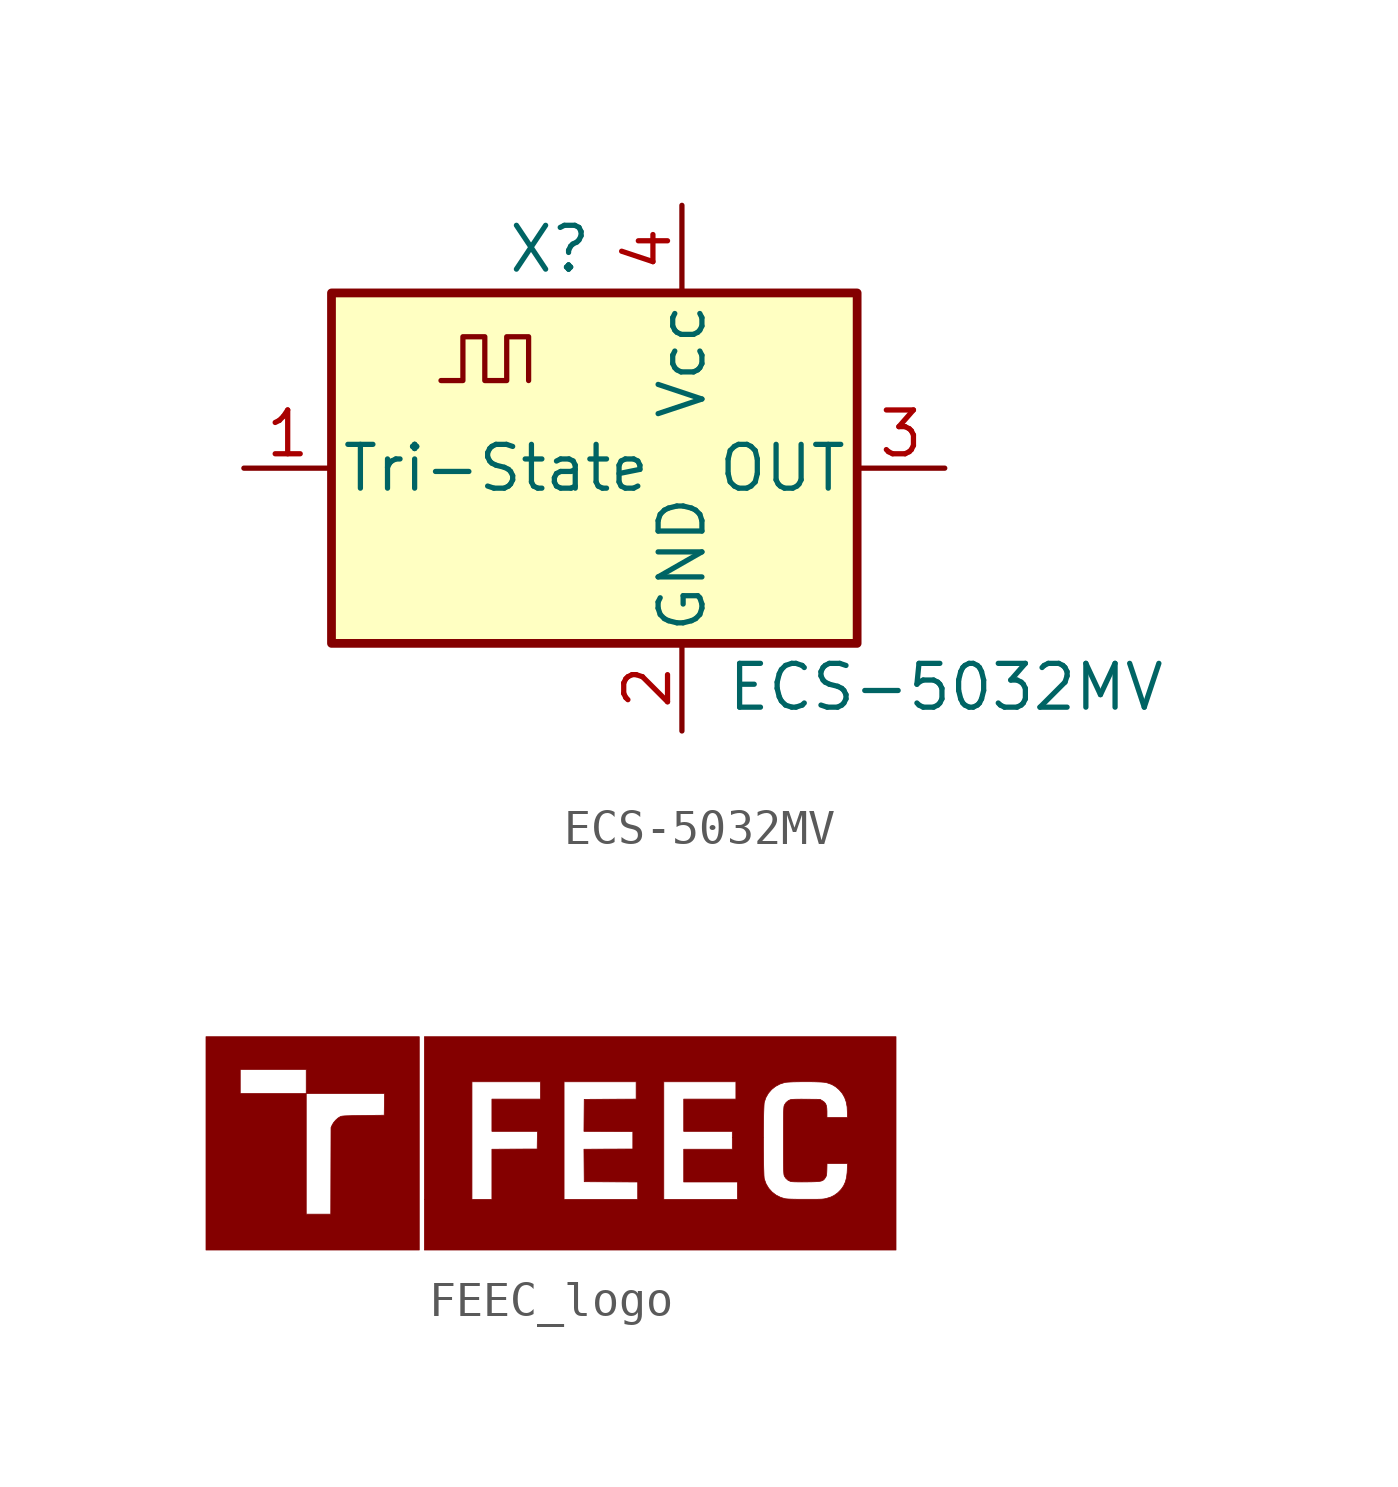
<source format=kicad_sym>
(kicad_symbol_lib
  (version 20220914)
  (generator kicad_symbol_editor)
  (symbol "ECS-5032MV"
    (pin_names
      (offset 0.254))
    (property "Reference" "X"
      (at -5.08 6.35 0)
      (effects (font (size 1.27 1.27)) (justify left)))
    (property "Value" "ECS-5032MV"
      (at 1.27 -6.35 0)
      (effects (font (size 1.27 1.27)) (justify left)))
    (symbol "ECS-5032MV_0_1"
      (rectangle (start -10.16 5.08) (end 5.08 -5.08) (stroke (width 0.254) (type default)) (fill (type background)))
      (polyline (pts (xy -6.985 2.54) (xy -6.35 2.54) (xy -6.35 3.81) (xy -5.715 3.81) (xy -5.715 2.54) (xy -5.08 2.54) (xy -5.08 3.81) (xy -4.445 3.81) (xy -4.445 2.54)) (stroke (width 0) (type default)) (fill (type none))))
    (symbol "ECS-5032MV_1_1"
      (pin input line (at -12.7 0 0) (length 2.54) (name "Tri-State" (effects (font (size 1.27 1.27)))) (number "1" (effects (font (size 1.27 1.27)))))
      (pin power_in line (at 0 -7.62 90) (length 2.54) (name "GND" (effects (font (size 1.27 1.27)))) (number "2" (effects (font (size 1.27 1.27)))))
      (pin output line (at 7.62 0 180) (length 2.54) (name "OUT" (effects (font (size 1.27 1.27)))) (number "3" (effects (font (size 1.27 1.27)))))
      (pin power_in line (at 0 7.62 270) (length 2.54) (name "Vcc" (effects (font (size 1.27 1.27)))) (number "4" (effects (font (size 1.27 1.27)))))))
  (symbol "FEEC_logo"
    (pin_names
      (offset 1.016))
    (property "Reference" "G"
      (at 0 2.449 0)
      (effects (font (size 1.27 1.27)) hide))
    (symbol "FEEC_logo_0_0"
      (polyline (pts (xy -3.811 -0.007) (xy -3.811 3.084) (xy -6.902 3.084) (xy -9.994 3.084) (xy -9.994 2.135) (xy -9.001 2.135) (xy -8.044 2.135) (xy -7.088 2.135) (xy -7.088 1.787) (xy -7.088 1.438) (xy -5.953 1.438) (xy -4.819 1.438) (xy -4.822 1.123) (xy -4.827 0.808) (xy -5.434 0.801) (xy -5.508 0.8) (xy -5.649 0.798) (xy -5.764 0.796) (xy -5.857 0.793) (xy -5.929 0.791) (xy -5.985 0.788) (xy -6.027 0.784) (xy -6.058 0.78) (xy -6.081 0.774) (xy -6.098 0.768) (xy -6.1 0.767) (xy -6.167 0.726) (xy -6.234 0.666) (xy -6.293 0.597) (xy -6.334 0.529) (xy -6.369 0.452) (xy -6.373 -0.804) (xy -6.377 -2.061) (xy -6.732 -2.061) (xy -7.088 -2.061) (xy -7.088 -0.311) (xy -7.088 1.438) (xy -8.044 1.438) (xy -9.001 1.438) (xy -9.001 1.787) (xy -9.001 2.135) (xy -9.994 2.135) (xy -9.994 -0.007) (xy -9.994 -3.099) (xy -6.902 -3.099) (xy -3.811 -3.099) (xy -3.811 -0.007)) (stroke (width 0.01) (type default)) (fill (type outline)))
      (polyline (pts (xy 10.009 -0.007) (xy 10.009 3.084) (xy 3.173 3.084) (xy -3.663 3.084) (xy -3.663 -0.007) (xy -3.663 -1.631) (xy -2.284 -1.631) (xy -2.284 0.074) (xy -2.284 1.779) (xy -1.29 1.779) (xy -0.297 1.779) (xy -0.297 1.527) (xy -0.297 1.275) (xy -1.001 1.275) (xy -1.705 1.275) (xy -1.705 0.808) (xy -1.705 0.341) (xy -1.045 0.341) (xy -0.385 0.341) (xy -0.389 0.085) (xy -0.393 -0.171) (xy -1.049 -0.174) (xy -1.705 -0.178) (xy -1.705 -0.905) (xy -1.705 -1.631) (xy 0.386 -1.631) (xy 0.386 0.074) (xy 0.386 1.779) (xy 1.431 1.779) (xy 2.476 1.779) (xy 2.476 1.527) (xy 2.476 1.275) (xy 1.724 1.272) (xy 0.971 1.268) (xy 0.967 0.804) (xy 0.963 0.341) (xy 1.672 0.337) (xy 2.38 0.334) (xy 2.38 0.082) (xy 2.38 -0.171) (xy 1.672 -0.174) (xy 0.963 -0.178) (xy 0.967 -0.649) (xy 0.971 -1.119) (xy 1.746 -1.123) (xy 2.521 -1.127) (xy 2.521 -1.379) (xy 2.521 -1.631) (xy 3.277 -1.631) (xy 3.277 0.074) (xy 3.277 1.779) (xy 4.322 1.779) (xy 5.368 1.779) (xy 5.368 1.527) (xy 5.368 1.275) (xy 4.611 1.275) (xy 3.855 1.275) (xy 3.855 0.808) (xy 3.855 0.341) (xy 4.559 0.341) (xy 5.264 0.341) (xy 5.264 0.162) (xy 6.166 0.162) (xy 6.166 0.323) (xy 6.168 0.48) (xy 6.169 0.629) (xy 6.171 0.767) (xy 6.174 0.891) (xy 6.178 0.998) (xy 6.182 1.085) (xy 6.186 1.148) (xy 6.191 1.185) (xy 6.237 1.32) (xy 6.309 1.445) (xy 6.403 1.554) (xy 6.516 1.644) (xy 6.645 1.713) (xy 6.787 1.758) (xy 6.798 1.76) (xy 6.856 1.766) (xy 6.936 1.771) (xy 7.035 1.776) (xy 7.148 1.778) (xy 7.27 1.78) (xy 7.396 1.78) (xy 7.521 1.78) (xy 7.641 1.778) (xy 7.75 1.774) (xy 7.845 1.77) (xy 7.919 1.764) (xy 7.969 1.757) (xy 8.011 1.747) (xy 8.141 1.702) (xy 8.256 1.636) (xy 8.362 1.546) (xy 8.365 1.542) (xy 8.453 1.438) (xy 8.519 1.323) (xy 8.565 1.194) (xy 8.592 1.048) (xy 8.6 0.881) (xy 8.6 0.741) (xy 8.303 0.741) (xy 8.007 0.741) (xy 8.007 0.9) (xy 8.007 0.923) (xy 8.002 1.018) (xy 7.989 1.091) (xy 7.965 1.147) (xy 7.928 1.19) (xy 7.876 1.227) (xy 7.807 1.268) (xy 7.411 1.272) (xy 7.402 1.272) (xy 7.264 1.273) (xy 7.149 1.272) (xy 7.058 1.27) (xy 6.993 1.266) (xy 6.956 1.261) (xy 6.89 1.233) (xy 6.823 1.178) (xy 6.774 1.105) (xy 6.774 1.104) (xy 6.769 1.091) (xy 6.764 1.074) (xy 6.76 1.053) (xy 6.757 1.025) (xy 6.754 0.987) (xy 6.752 0.937) (xy 6.75 0.874) (xy 6.749 0.794) (xy 6.748 0.696) (xy 6.748 0.577) (xy 6.747 0.435) (xy 6.747 0.268) (xy 6.747 0.074) (xy 6.747 0.057) (xy 6.747 -0.135) (xy 6.747 -0.3) (xy 6.748 -0.44) (xy 6.748 -0.557) (xy 6.749 -0.653) (xy 6.751 -0.732) (xy 6.752 -0.794) (xy 6.754 -0.842) (xy 6.757 -0.879) (xy 6.76 -0.907) (xy 6.764 -0.928) (xy 6.769 -0.944) (xy 6.774 -0.957) (xy 6.813 -1.018) (xy 6.878 -1.077) (xy 6.956 -1.113) (xy 6.957 -1.113) (xy 6.996 -1.118) (xy 7.063 -1.122) (xy 7.156 -1.124) (xy 7.272 -1.125) (xy 7.411 -1.124) (xy 7.445 -1.124) (xy 7.57 -1.122) (xy 7.67 -1.119) (xy 7.748 -1.114) (xy 7.808 -1.107) (xy 7.853 -1.096) (xy 7.888 -1.081) (xy 7.915 -1.061) (xy 7.938 -1.036) (xy 7.96 -1.003) (xy 7.967 -0.993) (xy 7.982 -0.966) (xy 7.992 -0.937) (xy 7.998 -0.899) (xy 8.002 -0.845) (xy 8.005 -0.768) (xy 8.009 -0.593) (xy 8.307 -0.593) (xy 8.604 -0.593) (xy 8.596 -0.79) (xy 8.592 -0.855) (xy 8.574 -1.002) (xy 8.54 -1.128) (xy 8.49 -1.238) (xy 8.422 -1.337) (xy 8.333 -1.429) (xy 8.307 -1.451) (xy 8.216 -1.516) (xy 8.116 -1.565) (xy 7.996 -1.602) (xy 7.966 -1.609) (xy 7.933 -1.616) (xy 7.895 -1.621) (xy 7.849 -1.625) (xy 7.793 -1.627) (xy 7.721 -1.629) (xy 7.63 -1.63) (xy 7.517 -1.63) (xy 7.378 -1.63) (xy 7.313 -1.63) (xy 7.166 -1.629) (xy 7.046 -1.627) (xy 6.95 -1.624) (xy 6.875 -1.62) (xy 6.819 -1.615) (xy 6.78 -1.609) (xy 6.661 -1.572) (xy 6.53 -1.506) (xy 6.415 -1.417) (xy 6.318 -1.308) (xy 6.243 -1.183) (xy 6.192 -1.043) (xy 6.191 -1.039) (xy 6.186 -0.999) (xy 6.181 -0.933) (xy 6.178 -0.844) (xy 6.174 -0.736) (xy 6.171 -0.61) (xy 6.169 -0.471) (xy 6.168 -0.321) (xy 6.166 -0.163) (xy 6.166 -0.001) (xy 6.166 0.162) (xy 5.264 0.162) (xy 5.264 0.082) (xy 5.264 -0.178) (xy 4.559 -0.178) (xy 3.855 -0.178) (xy 3.855 -0.652) (xy 3.855 -1.127) (xy 4.634 -1.127) (xy 5.412 -1.127) (xy 5.412 -1.379) (xy 5.412 -1.631) (xy 4.345 -1.631) (xy 3.277 -1.631) (xy 2.521 -1.631) (xy 1.453 -1.631) (xy 0.386 -1.631) (xy -1.705 -1.631) (xy -1.994 -1.631) (xy -2.284 -1.631) (xy -3.663 -1.631) (xy -3.663 -3.099) (xy 3.173 -3.099) (xy 10.009 -3.099) (xy 10.009 -0.007)) (stroke (width 0.01) (type default)) (fill (type outline))))))
</source>
